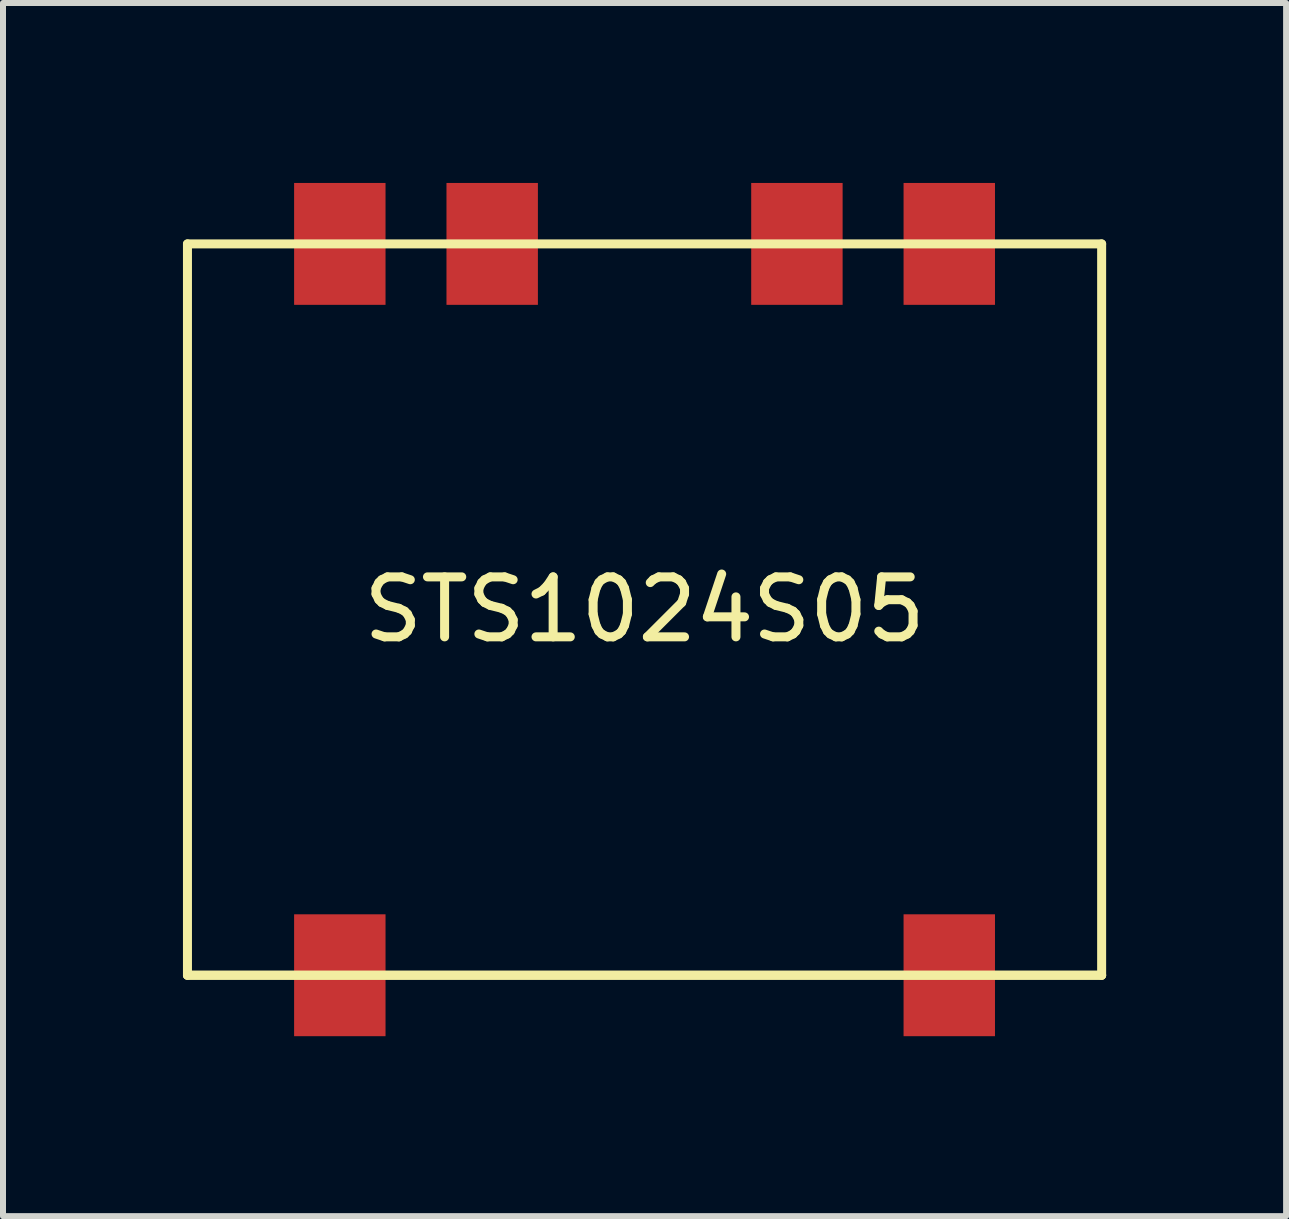
<source format=kicad_pcb>
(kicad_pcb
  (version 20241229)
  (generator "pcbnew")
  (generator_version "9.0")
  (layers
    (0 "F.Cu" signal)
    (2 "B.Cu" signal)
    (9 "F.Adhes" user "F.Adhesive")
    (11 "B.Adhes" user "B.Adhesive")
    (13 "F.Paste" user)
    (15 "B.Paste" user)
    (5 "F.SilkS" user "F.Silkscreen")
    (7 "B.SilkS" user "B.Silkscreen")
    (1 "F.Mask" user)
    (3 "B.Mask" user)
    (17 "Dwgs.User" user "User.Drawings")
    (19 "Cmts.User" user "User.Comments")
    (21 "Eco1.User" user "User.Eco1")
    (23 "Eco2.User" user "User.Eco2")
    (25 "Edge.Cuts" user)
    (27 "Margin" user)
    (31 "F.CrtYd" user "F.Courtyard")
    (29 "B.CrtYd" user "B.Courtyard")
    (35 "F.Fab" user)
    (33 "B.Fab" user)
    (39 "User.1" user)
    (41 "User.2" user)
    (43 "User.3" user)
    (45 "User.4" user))
  (footprint "STS1024S05"
    (layer "F.Cu")
    (at 7.695 7.112)
    (property "Reference" "STS1024S05" (at 0 0 0) (layer "F.SilkS") (effects (font (size 1 1) (thickness 0.15))))
    (attr through_hole)
    (fp_line (start -7.62 -6.096) (end -7.62 6.096) (stroke (width 0.15) (type solid)) (layer "F.SilkS"))
    (fp_line (start -7.62 -6.096) (end 7.62 -6.096) (stroke (width 0.15) (type solid)) (layer "F.SilkS"))
    (fp_line (start -7.62 6.096) (end 7.62 6.096) (stroke (width 0.15) (type solid)) (layer "F.SilkS"))
    (fp_line (start -7.62 6.096) (end 7.62 6.096) (stroke (width 0.15) (type solid)) (layer "F.SilkS"))
    (fp_line (start 7.62 6.096) (end 7.62 -6.096) (stroke (width 0.15) (type solid)) (layer "F.SilkS"))
    (pad "1" smd rect (at -5.08 6.096) (size 1.524 2.032) (layers "F.Cu" "F.Mask" "F.Paste"))
    (pad "5" smd rect (at 5.08 6.096) (size 1.524 2.032) (layers "F.Cu" "F.Mask" "F.Paste"))
    (pad "6" smd rect (at 5.08 -6.096) (size 1.524 2.032) (layers "F.Cu" "F.Mask" "F.Paste"))
    (pad "7" smd rect (at 2.54 -6.096) (size 1.524 2.032) (layers "F.Cu" "F.Mask" "F.Paste"))
    (pad "9" smd rect (at -2.54 -6.096) (size 1.524 2.032) (layers "F.Cu" "F.Mask" "F.Paste"))
    (pad "10" smd rect (at -5.08 -6.096) (size 1.524 2.032) (layers "F.Cu" "F.Mask" "F.Paste")))
  (gr_rect
    (start -3 -3)
    (end 18.39 17.224)
    (stroke (width 0.1) (type default))
    (fill no)
    (layer "Edge.Cuts")))
</source>
